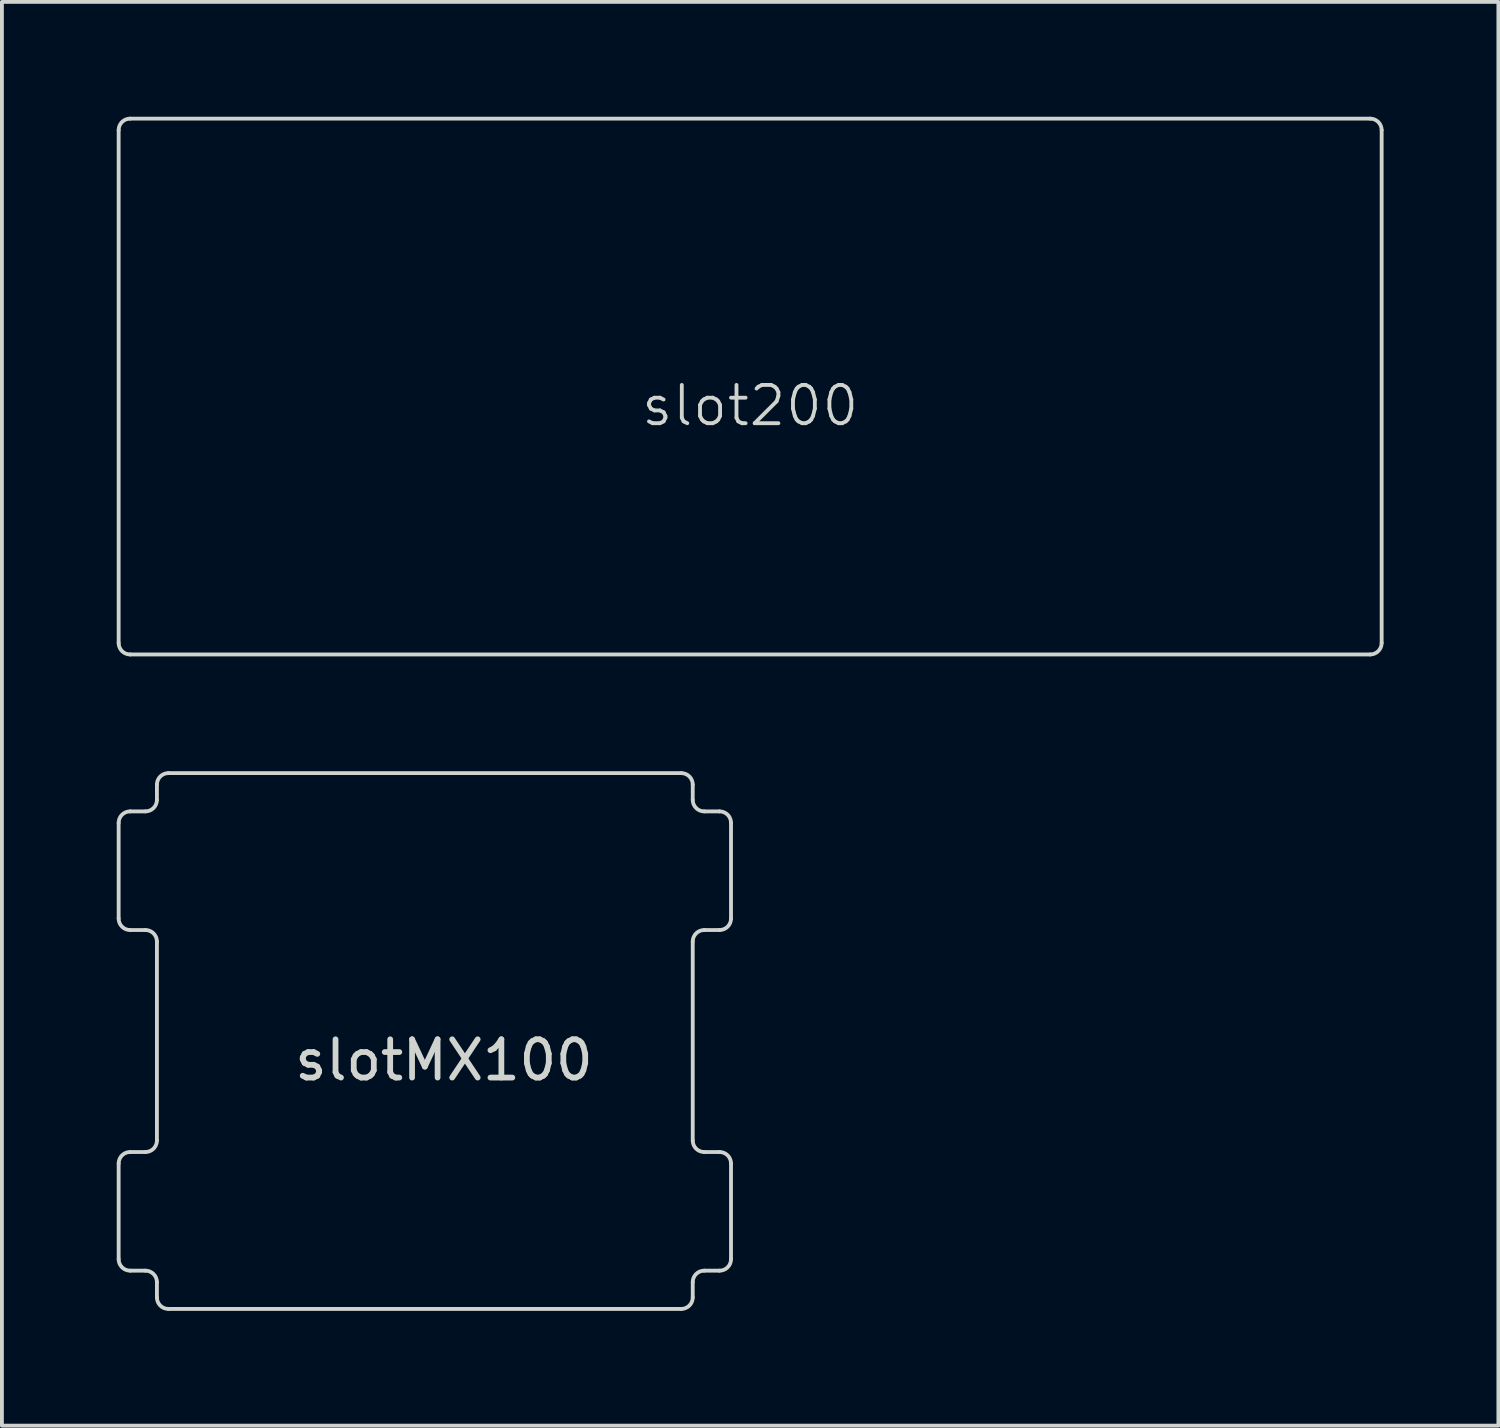
<source format=kicad_pcb>
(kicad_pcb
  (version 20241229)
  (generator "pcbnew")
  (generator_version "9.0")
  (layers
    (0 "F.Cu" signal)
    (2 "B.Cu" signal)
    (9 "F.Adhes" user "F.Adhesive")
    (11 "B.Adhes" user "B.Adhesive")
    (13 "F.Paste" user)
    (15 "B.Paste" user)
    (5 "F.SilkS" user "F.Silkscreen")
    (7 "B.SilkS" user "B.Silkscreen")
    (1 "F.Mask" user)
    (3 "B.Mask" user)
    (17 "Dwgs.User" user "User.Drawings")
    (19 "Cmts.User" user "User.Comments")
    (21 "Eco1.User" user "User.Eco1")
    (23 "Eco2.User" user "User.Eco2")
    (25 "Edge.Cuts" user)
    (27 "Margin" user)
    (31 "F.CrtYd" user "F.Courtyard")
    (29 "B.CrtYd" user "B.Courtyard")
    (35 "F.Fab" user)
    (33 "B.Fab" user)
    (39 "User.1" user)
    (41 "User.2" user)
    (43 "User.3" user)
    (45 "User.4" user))
  (footprint "slotMX100"
    (layer "F.Cu")
    (at 8.05 24.15)
    (property "Reference" "slotMX100" (at 0.5 0.5 0) (layer "Edge.Cuts") (effects (font (size 1 1) (thickness 0.15))))
    (attr through_hole)
    (fp_line (start -8 -5.7) (end -8 -3.2) (stroke (width 0.1) (type solid)) (layer "Edge.Cuts"))
    (fp_line (start -8 3.2) (end -8 5.7) (stroke (width 0.1) (type solid)) (layer "Edge.Cuts"))
    (fp_line (start -7.7 -6) (end -7.3 -6) (stroke (width 0.1) (type solid)) (layer "Edge.Cuts"))
    (fp_line (start -7.7 2.9) (end -7.3 2.9) (stroke (width 0.1) (type solid)) (layer "Edge.Cuts"))
    (fp_line (start -7.3 -2.9) (end -7.7 -2.9) (stroke (width 0.1) (type solid)) (layer "Edge.Cuts"))
    (fp_line (start -7.3 6) (end -7.7 6) (stroke (width 0.1) (type solid)) (layer "Edge.Cuts"))
    (fp_line (start -7 -6.3) (end -7 -6.7) (stroke (width 0.1) (type solid)) (layer "Edge.Cuts"))
    (fp_line (start -7 -2.6) (end -7 2.6) (stroke (width 0.1) (type solid)) (layer "Edge.Cuts"))
    (fp_line (start -7 6.7) (end -7 6.3) (stroke (width 0.1) (type solid)) (layer "Edge.Cuts"))
    (fp_line (start 6.7 -7) (end -6.7 -7) (stroke (width 0.1) (type solid)) (layer "Edge.Cuts"))
    (fp_line (start 6.7 7) (end -6.7 7) (stroke (width 0.1) (type solid)) (layer "Edge.Cuts"))
    (fp_line (start 7 -6.7) (end 7 -6.3) (stroke (width 0.1) (type solid)) (layer "Edge.Cuts"))
    (fp_line (start 7 2.6) (end 7 -2.6) (stroke (width 0.1) (type solid)) (layer "Edge.Cuts"))
    (fp_line (start 7 6.3) (end 7 6.7) (stroke (width 0.1) (type solid)) (layer "Edge.Cuts"))
    (fp_line (start 7.3 -6) (end 7.7 -6) (stroke (width 0.1) (type solid)) (layer "Edge.Cuts"))
    (fp_line (start 7.3 2.9) (end 7.7 2.9) (stroke (width 0.1) (type solid)) (layer "Edge.Cuts"))
    (fp_line (start 7.7 -2.9) (end 7.3 -2.9) (stroke (width 0.1) (type solid)) (layer "Edge.Cuts"))
    (fp_line (start 7.7 6) (end 7.3 6) (stroke (width 0.1) (type solid)) (layer "Edge.Cuts"))
    (fp_line (start 8 -3.2) (end 8 -5.7) (stroke (width 0.1) (type solid)) (layer "Edge.Cuts"))
    (fp_line (start 8 5.7) (end 8 3.2) (stroke (width 0.1) (type solid)) (layer "Edge.Cuts"))
    (fp_arc (start -8 -5.7) (mid -7.912132 -5.912132) (end -7.7 -6) (stroke (width 0.1) (type solid)) (layer "Edge.Cuts"))
    (fp_arc (start -8 3.2) (mid -7.912132 2.987868) (end -7.7 2.9) (stroke (width 0.1) (type solid)) (layer "Edge.Cuts"))
    (fp_arc (start -7.7 -2.9) (mid -7.912132 -2.987868) (end -8 -3.2) (stroke (width 0.1) (type solid)) (layer "Edge.Cuts"))
    (fp_arc (start -7.7 6) (mid -7.912132 5.912132) (end -8 5.7) (stroke (width 0.1) (type solid)) (layer "Edge.Cuts"))
    (fp_arc (start -7.3 -2.9) (mid -7.087868 -2.812132) (end -7 -2.6) (stroke (width 0.1) (type solid)) (layer "Edge.Cuts"))
    (fp_arc (start -7.3 6) (mid -7.087868 6.087868) (end -7 6.3) (stroke (width 0.1) (type solid)) (layer "Edge.Cuts"))
    (fp_arc (start -7 -6.7) (mid -6.912132 -6.912132) (end -6.7 -7) (stroke (width 0.1) (type solid)) (layer "Edge.Cuts"))
    (fp_arc (start -7 -6.3) (mid -7.087868 -6.087868) (end -7.3 -6) (stroke (width 0.1) (type solid)) (layer "Edge.Cuts"))
    (fp_arc (start -7 2.6) (mid -7.087868 2.812132) (end -7.3 2.9) (stroke (width 0.1) (type solid)) (layer "Edge.Cuts"))
    (fp_arc (start -6.7 7) (mid -6.912132 6.912132) (end -7 6.7) (stroke (width 0.1) (type solid)) (layer "Edge.Cuts"))
    (fp_arc (start 6.7 -7) (mid 6.912132 -6.912132) (end 7 -6.7) (stroke (width 0.1) (type solid)) (layer "Edge.Cuts"))
    (fp_arc (start 7 -2.6) (mid 7.087868 -2.812132) (end 7.3 -2.9) (stroke (width 0.1) (type solid)) (layer "Edge.Cuts"))
    (fp_arc (start 7 6.3) (mid 7.087868 6.087868) (end 7.3 6) (stroke (width 0.1) (type solid)) (layer "Edge.Cuts"))
    (fp_arc (start 7 6.7) (mid 6.912132 6.912132) (end 6.7 7) (stroke (width 0.1) (type solid)) (layer "Edge.Cuts"))
    (fp_arc (start 7.3 -6) (mid 7.087868 -6.087868) (end 7 -6.3) (stroke (width 0.1) (type solid)) (layer "Edge.Cuts"))
    (fp_arc (start 7.3 2.9) (mid 7.087868 2.812132) (end 7 2.6) (stroke (width 0.1) (type solid)) (layer "Edge.Cuts"))
    (fp_arc (start 7.7 -6) (mid 7.912132 -5.912132) (end 8 -5.7) (stroke (width 0.1) (type solid)) (layer "Edge.Cuts"))
    (fp_arc (start 7.7 2.9) (mid 7.912132 2.987868) (end 8 3.2) (stroke (width 0.1) (type solid)) (layer "Edge.Cuts"))
    (fp_arc (start 8 -3.2) (mid 7.912132 -2.987868) (end 7.7 -2.9) (stroke (width 0.1) (type solid)) (layer "Edge.Cuts"))
    (fp_arc (start 8 5.7) (mid 7.912132 5.912132) (end 7.7 6) (stroke (width 0.1) (type solid)) (layer "Edge.Cuts")))
  (footprint "slot200"
    (layer "F.Cu")
    (at 16.55 7.05)
    (property "Reference" "slot200" (at 0 0.5 0) (layer "Edge.Cuts") (effects (font (size 1 1) (thickness 0.1))))
    (attr through_hole)
    (fp_line (start -16.5 -6.7) (end -16.5 6.7) (stroke (width 0.1) (type solid)) (layer "Edge.Cuts"))
    (fp_line (start -16.2 7) (end 16.2 7) (stroke (width 0.1) (type solid)) (layer "Edge.Cuts"))
    (fp_line (start 16.2 -7) (end -16.2 -7) (stroke (width 0.1) (type solid)) (layer "Edge.Cuts"))
    (fp_line (start 16.5 6.7) (end 16.5 -6.7) (stroke (width 0.1) (type solid)) (layer "Edge.Cuts"))
    (fp_arc (start -16.5 -6.7) (mid -16.412132 -6.912132) (end -16.2 -7) (stroke (width 0.1) (type solid)) (layer "Edge.Cuts"))
    (fp_arc (start -16.2 7) (mid -16.412132 6.912132) (end -16.5 6.7) (stroke (width 0.1) (type solid)) (layer "Edge.Cuts"))
    (fp_arc (start 16.2 -7) (mid 16.412132 -6.912132) (end 16.5 -6.7) (stroke (width 0.1) (type solid)) (layer "Edge.Cuts"))
    (fp_arc (start 16.5 6.7) (mid 16.412132 6.912132) (end 16.2 7) (stroke (width 0.1) (type solid)) (layer "Edge.Cuts")))
  (gr_rect
    (start -3 -3)
    (end 36.1 34.2)
    (stroke (width 0.1) (type default))
    (fill no)
    (layer "Edge.Cuts")))
</source>
